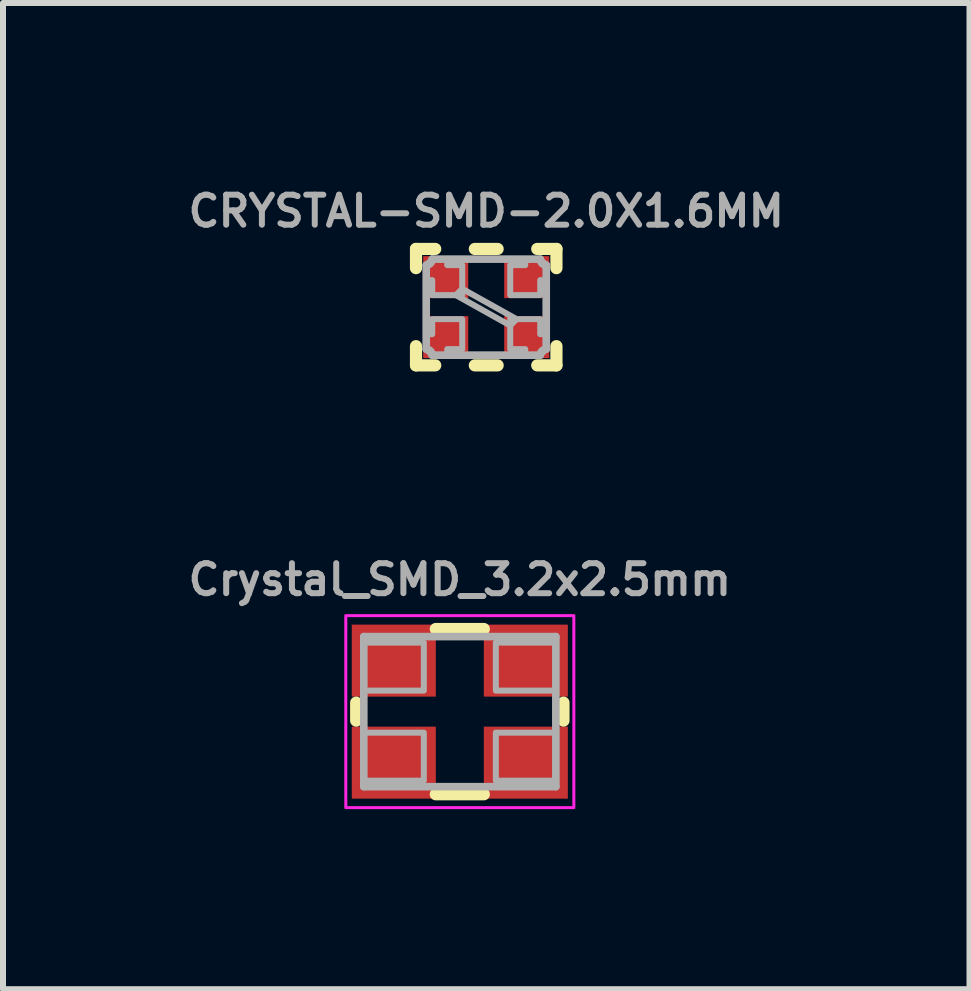
<source format=kicad_pcb>
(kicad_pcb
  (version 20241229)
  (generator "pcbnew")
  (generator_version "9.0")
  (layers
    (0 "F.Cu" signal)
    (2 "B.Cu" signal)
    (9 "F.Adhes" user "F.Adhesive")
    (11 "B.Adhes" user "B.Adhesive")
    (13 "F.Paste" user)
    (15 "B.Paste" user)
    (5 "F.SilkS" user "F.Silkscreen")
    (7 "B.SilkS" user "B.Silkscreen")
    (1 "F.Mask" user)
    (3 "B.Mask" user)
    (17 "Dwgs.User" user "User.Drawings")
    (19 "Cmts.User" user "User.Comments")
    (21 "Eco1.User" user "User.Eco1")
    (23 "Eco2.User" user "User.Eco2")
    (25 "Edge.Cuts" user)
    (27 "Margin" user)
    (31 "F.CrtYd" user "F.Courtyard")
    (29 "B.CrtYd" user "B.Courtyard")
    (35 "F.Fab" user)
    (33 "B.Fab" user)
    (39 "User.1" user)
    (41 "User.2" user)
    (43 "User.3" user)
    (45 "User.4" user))
  (footprint "Crystal_SMD_3.2x2.5mm"
    (layer "F.Cu")
    (at 4.612 8.808)
    (property "Reference" "Crystal_SMD_3.2x2.5mm" (at 0 -2.2 0) (layer "F.Fab") (effects (font (size 0.5 0.5) (thickness 0.1))))
    (fp_line (start -1.727 0.15) (end -1.727 -0.15) (stroke (width 0.203) (type solid)) (layer "F.SilkS"))
    (fp_line (start -0.4 -1.377) (end 0.4 -1.377) (stroke (width 0.203) (type solid)) (layer "F.SilkS"))
    (fp_line (start 0.4 1.377) (end -0.4 1.377) (stroke (width 0.203) (type solid)) (layer "F.SilkS"))
    (fp_line (start 1.727 -0.15) (end 1.727 0.15) (stroke (width 0.203) (type solid)) (layer "F.SilkS"))
    (fp_rect (start 1.9 -1.6) (end -1.9 1.6) (stroke (width 0.05) (type default)) (fill no) (layer "F.CrtYd"))
    (fp_line (start -1.6 -1.25) (end 1.6 -1.25) (stroke (width 0.127) (type solid)) (layer "F.Fab"))
    (fp_line (start -1.6 1.25) (end -1.6 -1.25) (stroke (width 0.127) (type solid)) (layer "F.Fab"))
    (fp_line (start 1.6 -1.25) (end 1.6 1.25) (stroke (width 0.127) (type solid)) (layer "F.Fab"))
    (fp_line (start 1.6 1.25) (end -1.6 1.25) (stroke (width 0.127) (type solid)) (layer "F.Fab"))
    (fp_poly (pts (xy -1.6 -0.35) (xy -0.6 -0.35) (xy -0.6 -1.15) (xy -1.6 -1.15)) (stroke (width 0.1) (type default)) (fill no) (layer "F.Fab"))
    (fp_poly (pts (xy -1.6 1.15) (xy -0.6 1.15) (xy -0.6 0.35) (xy -1.6 0.35)) (stroke (width 0.1) (type default)) (fill no) (layer "F.Fab"))
    (fp_poly (pts (xy 1.6 -1.15) (xy 0.6 -1.15) (xy 0.6 -0.35) (xy 1.6 -0.35)) (stroke (width 0.1) (type default)) (fill no) (layer "F.Fab"))
    (fp_poly (pts (xy 1.6 0.35) (xy 0.6 0.35) (xy 0.6 1.15) (xy 1.6 1.15)) (stroke (width 0.1) (type default)) (fill no) (layer "F.Fab"))
    (pad "1" smd rect (at -1.1 0.85 180) (size 1.4 1.2) (layers "F.Cu" "F.Mask" "F.Paste"))
    (pad "2" smd rect (at 1.1 0.85) (size 1.4 1.2) (layers "F.Cu" "F.Mask" "F.Paste"))
    (pad "3" smd rect (at 1.1 -0.85) (size 1.4 1.2) (layers "F.Cu" "F.Mask" "F.Paste"))
    (pad "4" smd rect (at -1.1 -0.85 180) (size 1.4 1.2) (layers "F.Cu" "F.Mask" "F.Paste")))
  (footprint "CRYSTAL-SMD-2.0X1.6MM"
    (layer "F.Cu")
    (at 5.052 2.068)
    (property "Reference" "CRYSTAL-SMD-2.0X1.6MM" (at 0 -1.6 0) (layer "F.Fab") (effects (font (size 0.5 0.5) (thickness 0.1) (bold yes))))
    (fp_line (start -1.17 -0.65) (end -1.17 -0.97) (stroke (width 0.203) (type solid)) (layer "F.SilkS"))
    (fp_line (start -1.17 0.65) (end -1.17 0.97) (stroke (width 0.203) (type solid)) (layer "F.SilkS"))
    (fp_line (start -0.85 -0.97) (end -1.17 -0.97) (stroke (width 0.203) (type solid)) (layer "F.SilkS"))
    (fp_line (start -0.85 0.97) (end -1.17 0.97) (stroke (width 0.203) (type solid)) (layer "F.SilkS"))
    (fp_line (start -0.19 0.97) (end 0.19 0.97) (stroke (width 0.203) (type solid)) (layer "F.SilkS"))
    (fp_line (start 0.19 -0.97) (end -0.19 -0.97) (stroke (width 0.203) (type solid)) (layer "F.SilkS"))
    (fp_line (start 0.85 -0.97) (end 1.17 -0.97) (stroke (width 0.203) (type solid)) (layer "F.SilkS"))
    (fp_line (start 0.85 0.97) (end 1.17 0.97) (stroke (width 0.203) (type solid)) (layer "F.SilkS"))
    (fp_line (start 1.17 -0.65) (end 1.17 -0.97) (stroke (width 0.203) (type solid)) (layer "F.SilkS"))
    (fp_line (start 1.17 0.65) (end 1.17 0.97) (stroke (width 0.203) (type solid)) (layer "F.SilkS"))
    (fp_line (start -1 -0.7) (end -1 0.7) (stroke (width 0.127) (type solid)) (layer "F.Fab"))
    (fp_line (start -0.9 0.8) (end 0.9 0.8) (stroke (width 0.127) (type solid)) (layer "F.Fab"))
    (fp_line (start 0.9 -0.8) (end -0.9 -0.8) (stroke (width 0.127) (type solid)) (layer "F.Fab"))
    (fp_line (start 1 0.7) (end 1 -0.7) (stroke (width 0.127) (type solid)) (layer "F.Fab"))
    (fp_arc (start -1 0.7) (mid -0.929289 0.729289) (end -0.9 0.8) (stroke (width 0.127) (type solid)) (layer "F.Fab"))
    (fp_arc (start -0.9 -0.8) (mid -0.929289 -0.729289) (end -1 -0.7) (stroke (width 0.127) (type solid)) (layer "F.Fab"))
    (fp_arc (start 0.9 0.8) (mid 0.929289 0.729289) (end 1 0.7) (stroke (width 0.127) (type solid)) (layer "F.Fab"))
    (fp_arc (start 1 -0.7) (mid 0.929289 -0.729289) (end 0.9 -0.8) (stroke (width 0.127) (type solid)) (layer "F.Fab"))
    (fp_poly (pts (xy 0.506 0.2) (xy 0.4 0.306) (xy -0.506 -0.2) (xy -0.4 -0.306)) (stroke (width 0.1) (type default)) (fill no) (layer "F.Fab"))
    (fp_poly (pts (xy -0.65 -0.7) (xy -0.4 -0.7) (xy -0.4 -0.2) (xy -0.9 -0.2) (xy -0.9 -0.45) (xy -1 -0.45) (xy -1 -0.7) (xy -0.9 -0.8) (xy -0.65 -0.8)) (stroke (width 0.1) (type default)) (fill no) (layer "F.Fab"))
    (fp_poly (pts (xy -0.4 0.7) (xy -0.65 0.7) (xy -0.65 0.8) (xy -0.9 0.8) (xy -1 0.7) (xy -1 0.45) (xy -0.9 0.45) (xy -0.9 0.2) (xy -0.4 0.2)) (stroke (width 0.1) (type default)) (fill no) (layer "F.Fab"))
    (fp_poly (pts (xy 0.9 0.45) (xy 1 0.45) (xy 1 0.7) (xy 0.9 0.8) (xy 0.65 0.8) (xy 0.65 0.7) (xy 0.4 0.7) (xy 0.4 0.2) (xy 0.9 0.2)) (stroke (width 0.1) (type default)) (fill no) (layer "F.Fab"))
    (fp_poly (pts (xy 1 -0.7) (xy 1 -0.45) (xy 0.9 -0.45) (xy 0.9 -0.2) (xy 0.4 -0.2) (xy 0.4 -0.7) (xy 0.65 -0.7) (xy 0.65 -0.8) (xy 0.9 -0.8)) (stroke (width 0.1) (type default)) (fill no) (layer "F.Fab"))
    (pad "1" smd rect (at -0.675 0.5) (size 0.75 0.7) (layers "F.Cu" "F.Mask" "F.Paste"))
    (pad "2" smd rect (at 0.675 -0.5 180) (size 0.75 0.7) (layers "F.Cu" "F.Mask" "F.Paste"))
    (pad "NC" smd rect (at -0.675 -0.5) (size 0.75 0.7) (layers "F.Cu" "F.Mask" "F.Paste"))
    (pad "NC" smd rect (at 0.675 0.5 180) (size 0.75 0.7) (layers "F.Cu" "F.Mask" "F.Paste")))
  (gr_rect
    (start -3 -3)
    (end 13.105 13.433)
    (stroke (width 0.1) (type default))
    (fill no)
    (layer "Edge.Cuts")))
</source>
